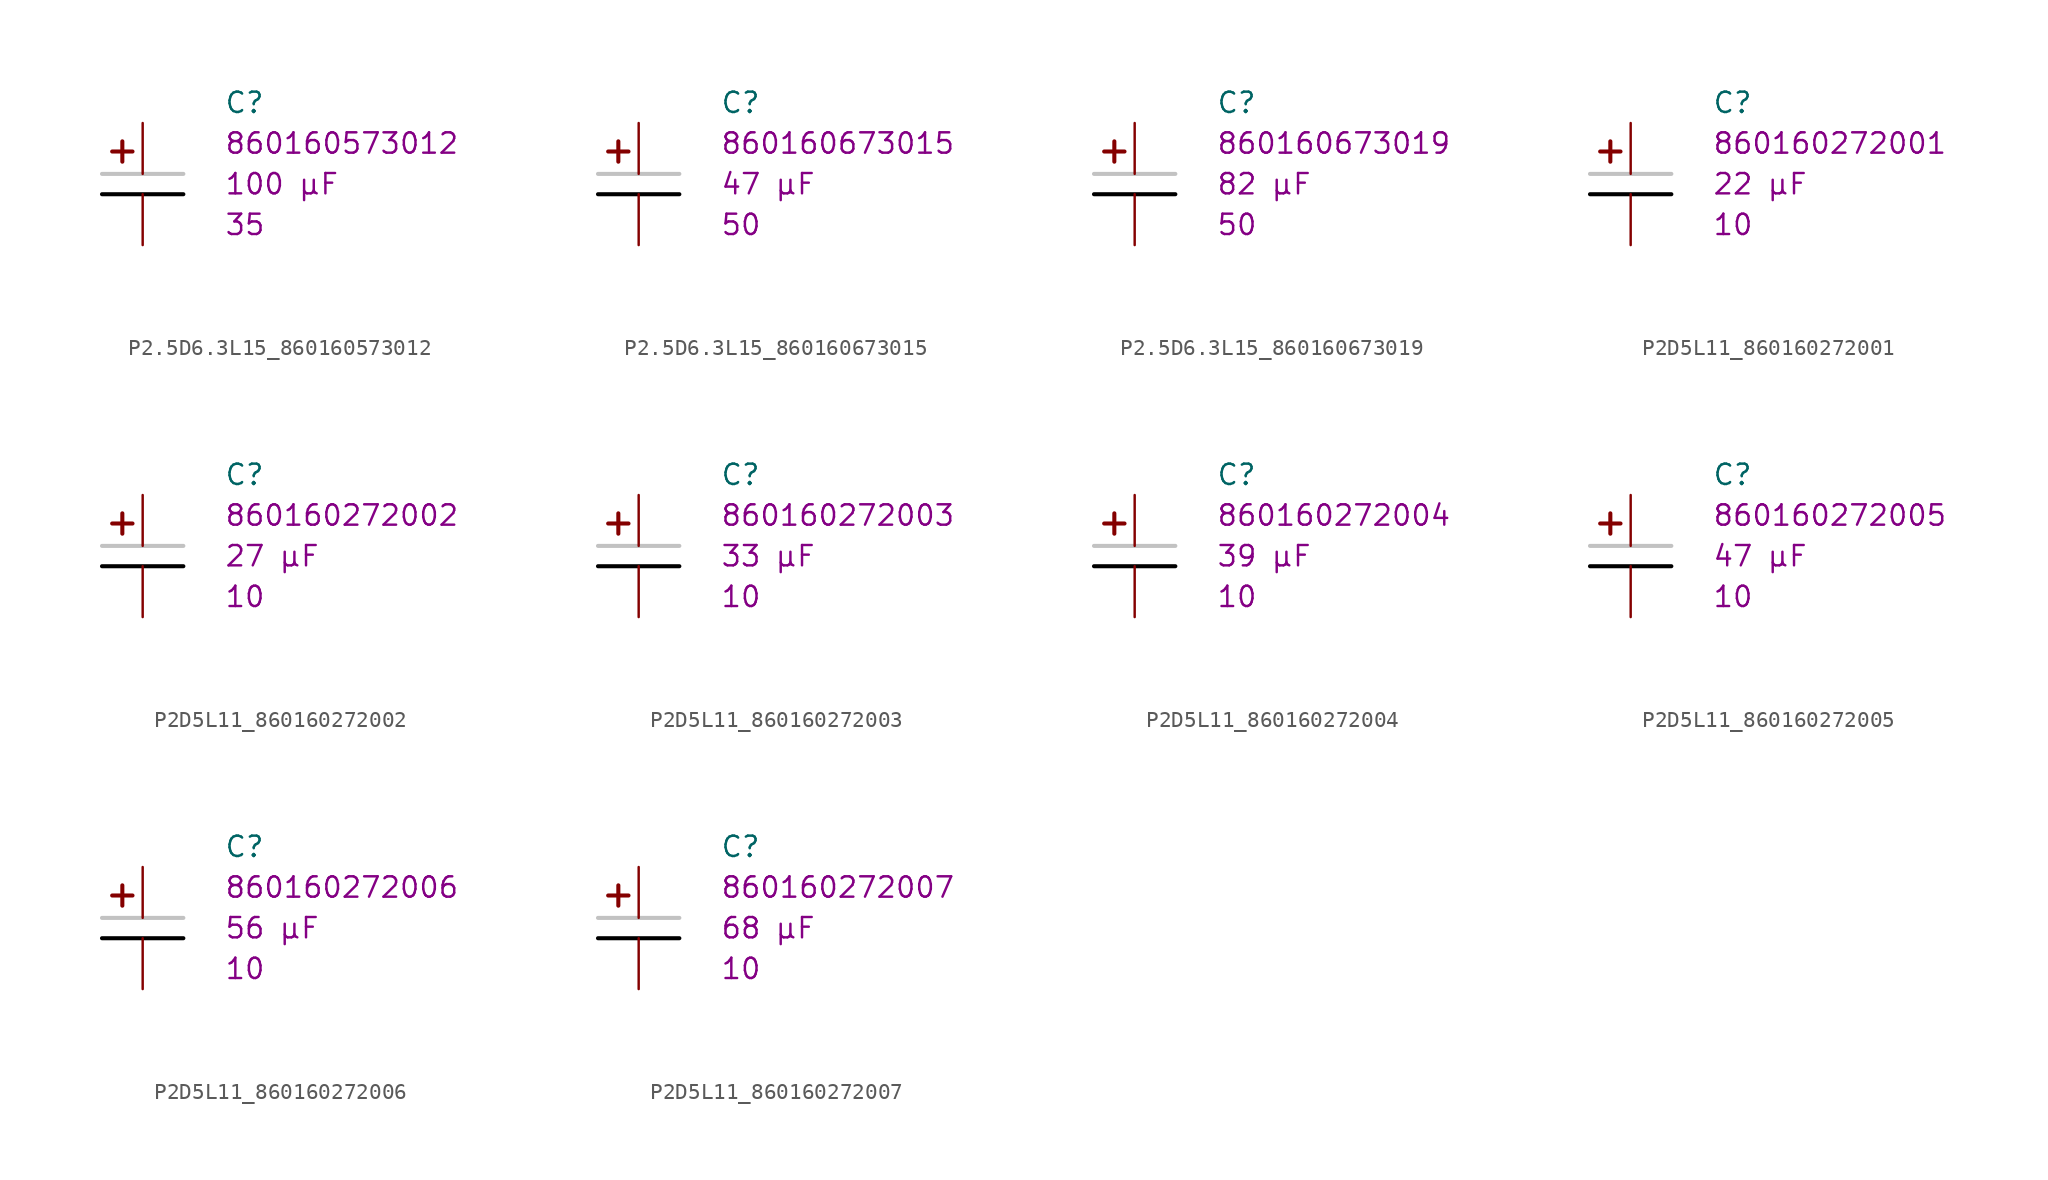
<source format=kicad_sym>
(kicad_symbol_lib
  (version 20220914)
  (generator kicad_symbol_editor)
  (symbol "P2.5D6.3L15_860160573012"
    (pin_numbers hide)
    (pin_names hide)
    (property "Reference" "C"
      (at 5.08 5.08 0)
      (effects (font (size 1.27 1.27)) (justify left)))
    (property "Part Number" "860160573012"
      (at 5.08 2.54 0)
      (effects (font (size 1.27 1.27)) (justify left)))
    (property "Capacitance" "100 µF"
      (at 5.08 0 0)
      (effects (font (size 1.27 1.27)) (justify left)))
    (property "Voltage" "35"
      (at 5.08 -2.54 0)
      (effects (font (size 1.27 1.27)) (justify left)))
    (property "Critical Parameter" ""
      (at 0 -7.62 0)
      (effects (font (size 1.27 1.27))))
    (symbol "P2.5D6.3L15_860160573012_1_1"
      (polyline (pts (xy -1.27 2.667) (xy -1.27 1.397)) (stroke (width 0.254) (type default)) (fill (type none)))
      (polyline (pts (xy -0.635 2.032) (xy -1.905 2.032)) (stroke (width 0.254) (type default)) (fill (type none)))
      (polyline (pts (xy 2.54 -0.635) (xy -2.54 -0.635)) (stroke (width 0.254) (type default) (color 0 0 0 1)) (fill (type none)))
      (polyline (pts (xy 2.54 0.635) (xy -2.54 0.635)) (stroke (width 0.254) (type default) (color 194 194 194 1)) (fill (type none)))
      (pin passive line (at 0 3.81 270) (length 3.175) (name "1" (effects (font (size 1.27 1.27)))) (number "1" (effects (font (size 1.27 1.27)))))
      (pin passive line (at 0 -3.81 90) (length 3.175) (name "2" (effects (font (size 1.27 1.27)))) (number "2" (effects (font (size 1.27 1.27)))))))
  (symbol "P2.5D6.3L15_860160673015"
    (pin_numbers hide)
    (pin_names hide)
    (property "Reference" "C"
      (at 5.08 5.08 0)
      (effects (font (size 1.27 1.27)) (justify left)))
    (property "Part Number" "860160673015"
      (at 5.08 2.54 0)
      (effects (font (size 1.27 1.27)) (justify left)))
    (property "Capacitance" "47 µF"
      (at 5.08 0 0)
      (effects (font (size 1.27 1.27)) (justify left)))
    (property "Voltage" "50"
      (at 5.08 -2.54 0)
      (effects (font (size 1.27 1.27)) (justify left)))
    (property "Critical Parameter" ""
      (at 0 -7.62 0)
      (effects (font (size 1.27 1.27))))
    (symbol "P2.5D6.3L15_860160673015_1_1"
      (polyline (pts (xy -1.27 2.667) (xy -1.27 1.397)) (stroke (width 0.254) (type default)) (fill (type none)))
      (polyline (pts (xy -0.635 2.032) (xy -1.905 2.032)) (stroke (width 0.254) (type default)) (fill (type none)))
      (polyline (pts (xy 2.54 -0.635) (xy -2.54 -0.635)) (stroke (width 0.254) (type default) (color 0 0 0 1)) (fill (type none)))
      (polyline (pts (xy 2.54 0.635) (xy -2.54 0.635)) (stroke (width 0.254) (type default) (color 194 194 194 1)) (fill (type none)))
      (pin passive line (at 0 3.81 270) (length 3.175) (name "1" (effects (font (size 1.27 1.27)))) (number "1" (effects (font (size 1.27 1.27)))))
      (pin passive line (at 0 -3.81 90) (length 3.175) (name "2" (effects (font (size 1.27 1.27)))) (number "2" (effects (font (size 1.27 1.27)))))))
  (symbol "P2.5D6.3L15_860160673019"
    (pin_numbers hide)
    (pin_names hide)
    (property "Reference" "C"
      (at 5.08 5.08 0)
      (effects (font (size 1.27 1.27)) (justify left)))
    (property "Part Number" "860160673019"
      (at 5.08 2.54 0)
      (effects (font (size 1.27 1.27)) (justify left)))
    (property "Capacitance" "82 µF"
      (at 5.08 0 0)
      (effects (font (size 1.27 1.27)) (justify left)))
    (property "Voltage" "50"
      (at 5.08 -2.54 0)
      (effects (font (size 1.27 1.27)) (justify left)))
    (property "Critical Parameter" ""
      (at 0 -7.62 0)
      (effects (font (size 1.27 1.27))))
    (symbol "P2.5D6.3L15_860160673019_1_1"
      (polyline (pts (xy -1.27 2.667) (xy -1.27 1.397)) (stroke (width 0.254) (type default)) (fill (type none)))
      (polyline (pts (xy -0.635 2.032) (xy -1.905 2.032)) (stroke (width 0.254) (type default)) (fill (type none)))
      (polyline (pts (xy 2.54 -0.635) (xy -2.54 -0.635)) (stroke (width 0.254) (type default) (color 0 0 0 1)) (fill (type none)))
      (polyline (pts (xy 2.54 0.635) (xy -2.54 0.635)) (stroke (width 0.254) (type default) (color 194 194 194 1)) (fill (type none)))
      (pin passive line (at 0 3.81 270) (length 3.175) (name "1" (effects (font (size 1.27 1.27)))) (number "1" (effects (font (size 1.27 1.27)))))
      (pin passive line (at 0 -3.81 90) (length 3.175) (name "2" (effects (font (size 1.27 1.27)))) (number "2" (effects (font (size 1.27 1.27)))))))
  (symbol "P2D5L11_860160272001"
    (pin_numbers hide)
    (pin_names hide)
    (property "Reference" "C"
      (at 5.08 5.08 0)
      (effects (font (size 1.27 1.27)) (justify left)))
    (property "Part Number" "860160272001"
      (at 5.08 2.54 0)
      (effects (font (size 1.27 1.27)) (justify left)))
    (property "Capacitance" "22 µF"
      (at 5.08 0 0)
      (effects (font (size 1.27 1.27)) (justify left)))
    (property "Voltage" "10"
      (at 5.08 -2.54 0)
      (effects (font (size 1.27 1.27)) (justify left)))
    (property "Critical Parameter" ""
      (at 0 -7.62 0)
      (effects (font (size 1.27 1.27))))
    (symbol "P2D5L11_860160272001_1_1"
      (polyline (pts (xy -1.27 2.667) (xy -1.27 1.397)) (stroke (width 0.254) (type default)) (fill (type none)))
      (polyline (pts (xy -0.635 2.032) (xy -1.905 2.032)) (stroke (width 0.254) (type default)) (fill (type none)))
      (polyline (pts (xy 2.54 -0.635) (xy -2.54 -0.635)) (stroke (width 0.254) (type default) (color 0 0 0 1)) (fill (type none)))
      (polyline (pts (xy 2.54 0.635) (xy -2.54 0.635)) (stroke (width 0.254) (type default) (color 194 194 194 1)) (fill (type none)))
      (pin passive line (at 0 3.81 270) (length 3.175) (name "1" (effects (font (size 1.27 1.27)))) (number "1" (effects (font (size 1.27 1.27)))))
      (pin passive line (at 0 -3.81 90) (length 3.175) (name "2" (effects (font (size 1.27 1.27)))) (number "2" (effects (font (size 1.27 1.27)))))))
  (symbol "P2D5L11_860160272002"
    (pin_numbers hide)
    (pin_names hide)
    (property "Reference" "C"
      (at 5.08 5.08 0)
      (effects (font (size 1.27 1.27)) (justify left)))
    (property "Part Number" "860160272002"
      (at 5.08 2.54 0)
      (effects (font (size 1.27 1.27)) (justify left)))
    (property "Capacitance" "27 µF"
      (at 5.08 0 0)
      (effects (font (size 1.27 1.27)) (justify left)))
    (property "Voltage" "10"
      (at 5.08 -2.54 0)
      (effects (font (size 1.27 1.27)) (justify left)))
    (property "Critical Parameter" ""
      (at 0 -7.62 0)
      (effects (font (size 1.27 1.27))))
    (symbol "P2D5L11_860160272002_1_1"
      (polyline (pts (xy -1.27 2.667) (xy -1.27 1.397)) (stroke (width 0.254) (type default)) (fill (type none)))
      (polyline (pts (xy -0.635 2.032) (xy -1.905 2.032)) (stroke (width 0.254) (type default)) (fill (type none)))
      (polyline (pts (xy 2.54 -0.635) (xy -2.54 -0.635)) (stroke (width 0.254) (type default) (color 0 0 0 1)) (fill (type none)))
      (polyline (pts (xy 2.54 0.635) (xy -2.54 0.635)) (stroke (width 0.254) (type default) (color 194 194 194 1)) (fill (type none)))
      (pin passive line (at 0 3.81 270) (length 3.175) (name "1" (effects (font (size 1.27 1.27)))) (number "1" (effects (font (size 1.27 1.27)))))
      (pin passive line (at 0 -3.81 90) (length 3.175) (name "2" (effects (font (size 1.27 1.27)))) (number "2" (effects (font (size 1.27 1.27)))))))
  (symbol "P2D5L11_860160272003"
    (pin_numbers hide)
    (pin_names hide)
    (property "Reference" "C"
      (at 5.08 5.08 0)
      (effects (font (size 1.27 1.27)) (justify left)))
    (property "Part Number" "860160272003"
      (at 5.08 2.54 0)
      (effects (font (size 1.27 1.27)) (justify left)))
    (property "Capacitance" "33 µF"
      (at 5.08 0 0)
      (effects (font (size 1.27 1.27)) (justify left)))
    (property "Voltage" "10"
      (at 5.08 -2.54 0)
      (effects (font (size 1.27 1.27)) (justify left)))
    (property "Critical Parameter" ""
      (at 0 -7.62 0)
      (effects (font (size 1.27 1.27))))
    (symbol "P2D5L11_860160272003_1_1"
      (polyline (pts (xy -1.27 2.667) (xy -1.27 1.397)) (stroke (width 0.254) (type default)) (fill (type none)))
      (polyline (pts (xy -0.635 2.032) (xy -1.905 2.032)) (stroke (width 0.254) (type default)) (fill (type none)))
      (polyline (pts (xy 2.54 -0.635) (xy -2.54 -0.635)) (stroke (width 0.254) (type default) (color 0 0 0 1)) (fill (type none)))
      (polyline (pts (xy 2.54 0.635) (xy -2.54 0.635)) (stroke (width 0.254) (type default) (color 194 194 194 1)) (fill (type none)))
      (pin passive line (at 0 3.81 270) (length 3.175) (name "1" (effects (font (size 1.27 1.27)))) (number "1" (effects (font (size 1.27 1.27)))))
      (pin passive line (at 0 -3.81 90) (length 3.175) (name "2" (effects (font (size 1.27 1.27)))) (number "2" (effects (font (size 1.27 1.27)))))))
  (symbol "P2D5L11_860160272004"
    (pin_numbers hide)
    (pin_names hide)
    (property "Reference" "C"
      (at 5.08 5.08 0)
      (effects (font (size 1.27 1.27)) (justify left)))
    (property "Part Number" "860160272004"
      (at 5.08 2.54 0)
      (effects (font (size 1.27 1.27)) (justify left)))
    (property "Capacitance" "39 µF"
      (at 5.08 0 0)
      (effects (font (size 1.27 1.27)) (justify left)))
    (property "Voltage" "10"
      (at 5.08 -2.54 0)
      (effects (font (size 1.27 1.27)) (justify left)))
    (property "Critical Parameter" ""
      (at 0 -7.62 0)
      (effects (font (size 1.27 1.27))))
    (symbol "P2D5L11_860160272004_1_1"
      (polyline (pts (xy -1.27 2.667) (xy -1.27 1.397)) (stroke (width 0.254) (type default)) (fill (type none)))
      (polyline (pts (xy -0.635 2.032) (xy -1.905 2.032)) (stroke (width 0.254) (type default)) (fill (type none)))
      (polyline (pts (xy 2.54 -0.635) (xy -2.54 -0.635)) (stroke (width 0.254) (type default) (color 0 0 0 1)) (fill (type none)))
      (polyline (pts (xy 2.54 0.635) (xy -2.54 0.635)) (stroke (width 0.254) (type default) (color 194 194 194 1)) (fill (type none)))
      (pin passive line (at 0 3.81 270) (length 3.175) (name "1" (effects (font (size 1.27 1.27)))) (number "1" (effects (font (size 1.27 1.27)))))
      (pin passive line (at 0 -3.81 90) (length 3.175) (name "2" (effects (font (size 1.27 1.27)))) (number "2" (effects (font (size 1.27 1.27)))))))
  (symbol "P2D5L11_860160272005"
    (pin_numbers hide)
    (pin_names hide)
    (property "Reference" "C"
      (at 5.08 5.08 0)
      (effects (font (size 1.27 1.27)) (justify left)))
    (property "Part Number" "860160272005"
      (at 5.08 2.54 0)
      (effects (font (size 1.27 1.27)) (justify left)))
    (property "Capacitance" "47 µF"
      (at 5.08 0 0)
      (effects (font (size 1.27 1.27)) (justify left)))
    (property "Voltage" "10"
      (at 5.08 -2.54 0)
      (effects (font (size 1.27 1.27)) (justify left)))
    (property "Critical Parameter" ""
      (at 0 -7.62 0)
      (effects (font (size 1.27 1.27))))
    (symbol "P2D5L11_860160272005_1_1"
      (polyline (pts (xy -1.27 2.667) (xy -1.27 1.397)) (stroke (width 0.254) (type default)) (fill (type none)))
      (polyline (pts (xy -0.635 2.032) (xy -1.905 2.032)) (stroke (width 0.254) (type default)) (fill (type none)))
      (polyline (pts (xy 2.54 -0.635) (xy -2.54 -0.635)) (stroke (width 0.254) (type default) (color 0 0 0 1)) (fill (type none)))
      (polyline (pts (xy 2.54 0.635) (xy -2.54 0.635)) (stroke (width 0.254) (type default) (color 194 194 194 1)) (fill (type none)))
      (pin passive line (at 0 3.81 270) (length 3.175) (name "1" (effects (font (size 1.27 1.27)))) (number "1" (effects (font (size 1.27 1.27)))))
      (pin passive line (at 0 -3.81 90) (length 3.175) (name "2" (effects (font (size 1.27 1.27)))) (number "2" (effects (font (size 1.27 1.27)))))))
  (symbol "P2D5L11_860160272006"
    (pin_numbers hide)
    (pin_names hide)
    (property "Reference" "C"
      (at 5.08 5.08 0)
      (effects (font (size 1.27 1.27)) (justify left)))
    (property "Part Number" "860160272006"
      (at 5.08 2.54 0)
      (effects (font (size 1.27 1.27)) (justify left)))
    (property "Capacitance" "56 µF"
      (at 5.08 0 0)
      (effects (font (size 1.27 1.27)) (justify left)))
    (property "Voltage" "10"
      (at 5.08 -2.54 0)
      (effects (font (size 1.27 1.27)) (justify left)))
    (property "Critical Parameter" ""
      (at 0 -7.62 0)
      (effects (font (size 1.27 1.27))))
    (symbol "P2D5L11_860160272006_1_1"
      (polyline (pts (xy -1.27 2.667) (xy -1.27 1.397)) (stroke (width 0.254) (type default)) (fill (type none)))
      (polyline (pts (xy -0.635 2.032) (xy -1.905 2.032)) (stroke (width 0.254) (type default)) (fill (type none)))
      (polyline (pts (xy 2.54 -0.635) (xy -2.54 -0.635)) (stroke (width 0.254) (type default) (color 0 0 0 1)) (fill (type none)))
      (polyline (pts (xy 2.54 0.635) (xy -2.54 0.635)) (stroke (width 0.254) (type default) (color 194 194 194 1)) (fill (type none)))
      (pin passive line (at 0 3.81 270) (length 3.175) (name "1" (effects (font (size 1.27 1.27)))) (number "1" (effects (font (size 1.27 1.27)))))
      (pin passive line (at 0 -3.81 90) (length 3.175) (name "2" (effects (font (size 1.27 1.27)))) (number "2" (effects (font (size 1.27 1.27)))))))
  (symbol "P2D5L11_860160272007"
    (pin_numbers hide)
    (pin_names hide)
    (property "Reference" "C"
      (at 5.08 5.08 0)
      (effects (font (size 1.27 1.27)) (justify left)))
    (property "Part Number" "860160272007"
      (at 5.08 2.54 0)
      (effects (font (size 1.27 1.27)) (justify left)))
    (property "Capacitance" "68 µF"
      (at 5.08 0 0)
      (effects (font (size 1.27 1.27)) (justify left)))
    (property "Voltage" "10"
      (at 5.08 -2.54 0)
      (effects (font (size 1.27 1.27)) (justify left)))
    (property "Critical Parameter" ""
      (at 0 -7.62 0)
      (effects (font (size 1.27 1.27))))
    (symbol "P2D5L11_860160272007_1_1"
      (polyline (pts (xy -1.27 2.667) (xy -1.27 1.397)) (stroke (width 0.254) (type default)) (fill (type none)))
      (polyline (pts (xy -0.635 2.032) (xy -1.905 2.032)) (stroke (width 0.254) (type default)) (fill (type none)))
      (polyline (pts (xy 2.54 -0.635) (xy -2.54 -0.635)) (stroke (width 0.254) (type default) (color 0 0 0 1)) (fill (type none)))
      (polyline (pts (xy 2.54 0.635) (xy -2.54 0.635)) (stroke (width 0.254) (type default) (color 194 194 194 1)) (fill (type none)))
      (pin passive line (at 0 3.81 270) (length 3.175) (name "1" (effects (font (size 1.27 1.27)))) (number "1" (effects (font (size 1.27 1.27)))))
      (pin passive line (at 0 -3.81 90) (length 3.175) (name "2" (effects (font (size 1.27 1.27)))) (number "2" (effects (font (size 1.27 1.27))))))))
</source>
